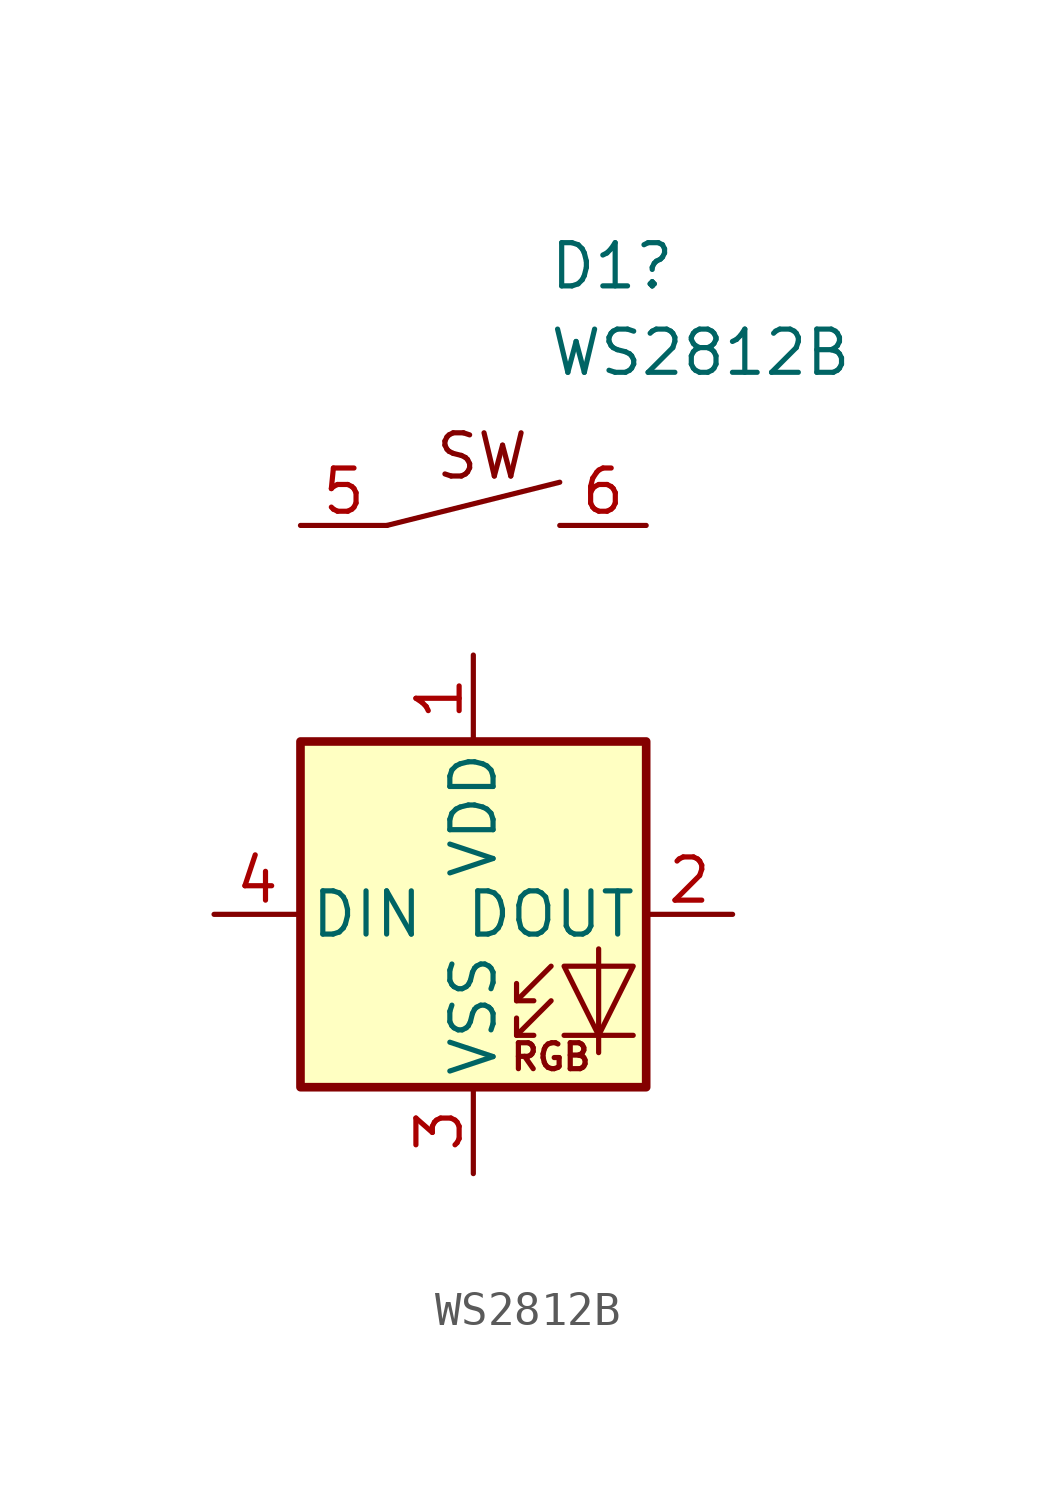
<source format=kicad_sym>
(kicad_symbol_lib
  (version 20231120)
  (generator "kicad_symbol_editor")
  (generator_version "8.0")
  (symbol "WS2812B"
    (pin_names
      (offset 0.254))
    (property "Reference" "D1"
      (at 2.194 19.05 0)
      (effects (font (size 1.27 1.27)) (justify left)))
    (property "Value" "WS2812B"
      (at 2.194 16.51 0)
      (effects (font (size 1.27 1.27)) (justify left)))
    (symbol "WS2812B_0_0"
      (text "RGB" (at 2.286 -4.191 0) (effects (font (size 0.762 0.762)))))
    (symbol "WS2812B_0_1"
      (polyline (pts (xy 1.27 -3.556) (xy 1.778 -3.556)) (stroke (width 0) (type default)) (fill (type none)))
      (polyline (pts (xy 1.27 -2.54) (xy 1.778 -2.54)) (stroke (width 0) (type default)) (fill (type none)))
      (polyline (pts (xy 4.699 -3.556) (xy 2.667 -3.556)) (stroke (width 0) (type default)) (fill (type none)))
      (polyline (pts (xy 2.286 -2.54) (xy 1.27 -3.556) (xy 1.27 -3.048)) (stroke (width 0) (type default)) (fill (type none)))
      (polyline (pts (xy 2.286 -1.524) (xy 1.27 -2.54) (xy 1.27 -2.032)) (stroke (width 0) (type default)) (fill (type none)))
      (polyline (pts (xy 3.683 -1.016) (xy 3.683 -3.556) (xy 3.683 -4.064)) (stroke (width 0) (type default)) (fill (type none)))
      (polyline (pts (xy 4.699 -1.524) (xy 2.667 -1.524) (xy 3.683 -3.556) (xy 4.699 -1.524)) (stroke (width 0) (type default)) (fill (type none)))
      (rectangle (start 5.08 5.08) (end -5.08 -5.08) (stroke (width 0.254) (type default)) (fill (type background))))
    (symbol "WS2812B_1_1"
      (polyline (pts (xy -2.54 11.43) (xy 2.54 12.7)) (stroke (width 0) (type default)) (fill (type none)))
      (text "SW" (at 0.254 13.462 0) (effects (font (size 1.27 1.27))))
      (pin power_in line (at 0 7.62 270) (length 2.54) (name "VDD" (effects (font (size 1.27 1.27)))) (number "1" (effects (font (size 1.27 1.27)))))
      (pin output line (at 7.62 0 180) (length 2.54) (name "DOUT" (effects (font (size 1.27 1.27)))) (number "2" (effects (font (size 1.27 1.27)))))
      (pin power_in line (at 0 -7.62 90) (length 2.54) (name "VSS" (effects (font (size 1.27 1.27)))) (number "3" (effects (font (size 1.27 1.27)))))
      (pin input line (at -7.62 0 0) (length 2.54) (name "DIN" (effects (font (size 1.27 1.27)))) (number "4" (effects (font (size 1.27 1.27)))))
      (pin passive line (at -5.08 11.43 0) (length 2.54) (name "" (effects (font (size 1.27 1.27)))) (number "5" (effects (font (size 1.27 1.27)))))
      (pin passive line (at 5.08 11.43 180) (length 2.54) (name "" (effects (font (size 1.27 1.27)))) (number "6" (effects (font (size 1.27 1.27))))))))
</source>
